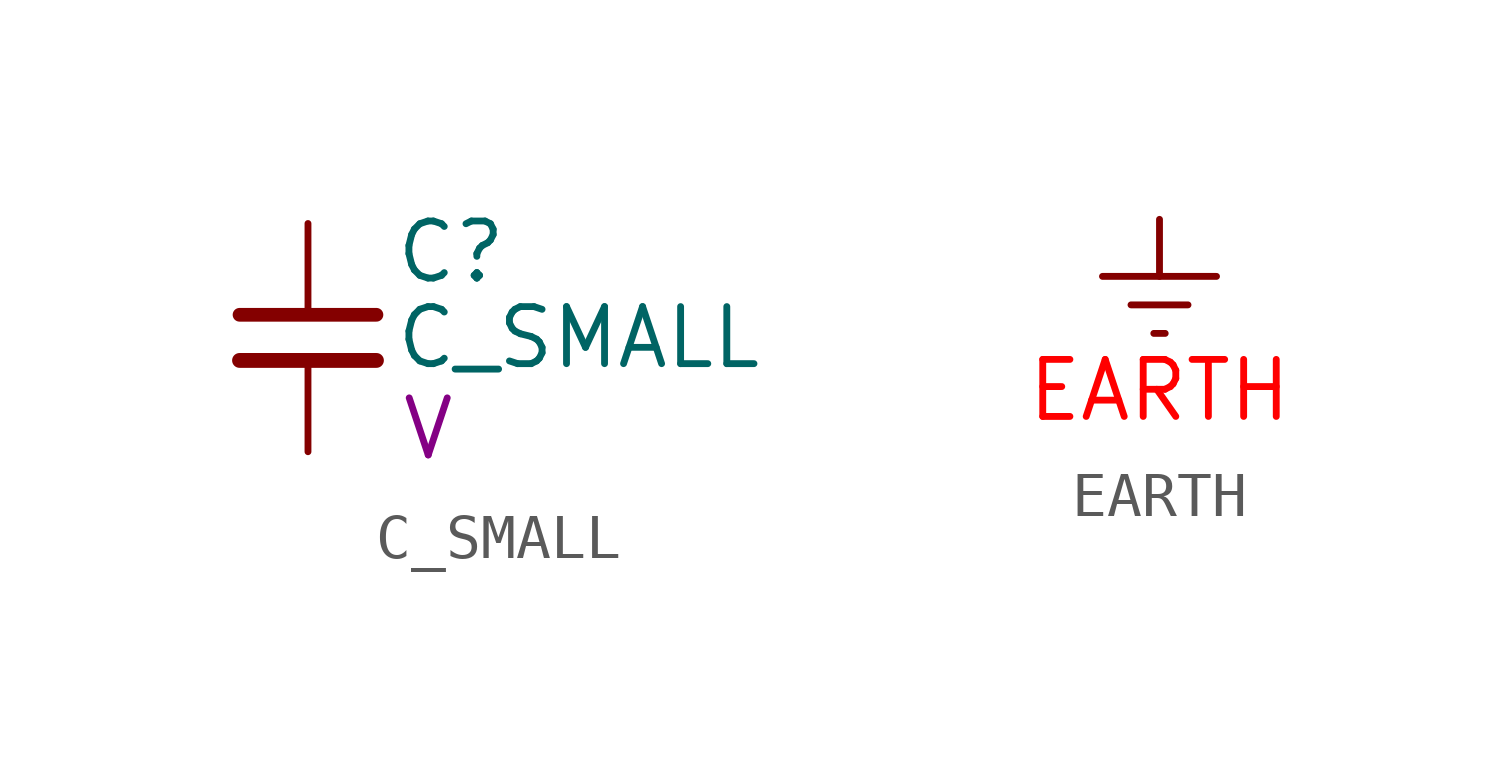
<source format=kicad_sym>
(kicad_symbol_lib
  (version 20240819)
  (generator "kicad_symbol_editor")
  (generator_version "8.99")
  (symbol "C_SMALL"
    (pin_numbers
      (hide yes))
    (pin_names
      (offset 0.254)
      (hide yes))
    (property "Reference" "C"
      (at 1.905 1.905 0)
      (do_not_autoplace)
      (effects (font (size 1.27 1.27)) (justify left)))
    (property "Value" "C_SMALL"
      (at 1.905 0 0)
      (do_not_autoplace)
      (effects (font (size 1.27 1.27)) (justify left)))
    (property "VOLTAGE" "V"
      (at 2.032 -2.032 0)
      (do_not_autoplace)
      (effects (font (size 1.27 1.27)) (justify left)))
    (symbol "C_SMALL_0_1"
      (polyline (pts (xy -1.524 0.508) (xy 1.524 0.508)) (stroke (width 0.305) (type default)) (fill (type none)))
      (polyline (pts (xy -1.524 -0.508) (xy 1.524 -0.508)) (stroke (width 0.33) (type default)) (fill (type none))))
    (symbol "C_SMALL_1_1"
      (pin passive line (at 0 2.54 270) (length 2.032) (name "~" (effects (font (size 1.27 1.27)))) (number "1" (effects (font (size 1.27 1.27)))))
      (pin passive line (at 0 -2.54 90) (length 2.032) (name "~" (effects (font (size 1.27 1.27)))) (number "2" (effects (font (size 1.27 1.27)))))))
  (symbol "EARTH"
    (power)
    (pin_numbers
      (hide yes))
    (pin_names
      (offset 0)
      (hide yes))
    (property "Reference" "#PWR"
      (at 0 -6.35 0)
      (effects (font (size 1.27 1.27)) (hide yes)))
    (property "Value" "EARTH"
      (at 0 -3.81 0)
      (effects (font (size 1.27 1.27) (color 255 0 0 1))))
    (symbol "EARTH_0_1"
      (polyline (pts (xy -0.635 -1.905) (xy 0.635 -1.905)) (stroke (width 0) (type default)) (fill (type none)))
      (polyline (pts (xy -0.127 -2.54) (xy 0.127 -2.54)) (stroke (width 0) (type default)) (fill (type none)))
      (polyline (pts (xy 0 -1.27) (xy 0 0)) (stroke (width 0) (type default)) (fill (type none)))
      (polyline (pts (xy 1.27 -1.27) (xy -1.27 -1.27)) (stroke (width 0) (type default)) (fill (type none))))
    (symbol "EARTH_1_1"
      (pin power_in line (at 0 0 270) (length 0) (hide yes) (name "EARTH" (effects (font (size 1.27 1.27)))) (number "1" (effects (font (size 1.27 1.27))))))))
</source>
